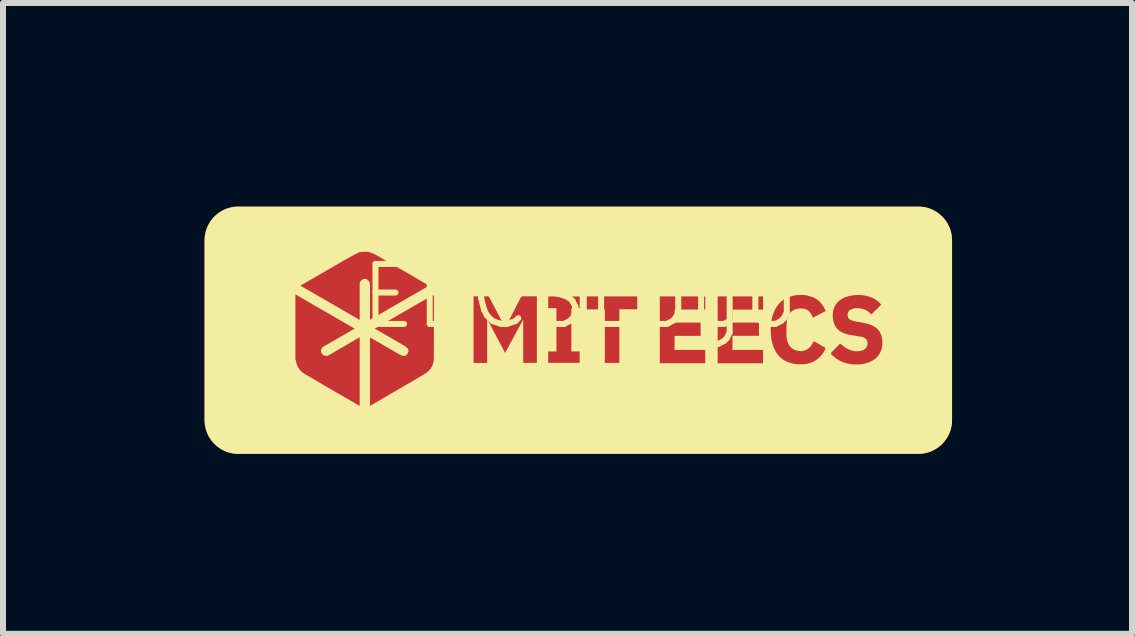
<source format=kicad_pcb>
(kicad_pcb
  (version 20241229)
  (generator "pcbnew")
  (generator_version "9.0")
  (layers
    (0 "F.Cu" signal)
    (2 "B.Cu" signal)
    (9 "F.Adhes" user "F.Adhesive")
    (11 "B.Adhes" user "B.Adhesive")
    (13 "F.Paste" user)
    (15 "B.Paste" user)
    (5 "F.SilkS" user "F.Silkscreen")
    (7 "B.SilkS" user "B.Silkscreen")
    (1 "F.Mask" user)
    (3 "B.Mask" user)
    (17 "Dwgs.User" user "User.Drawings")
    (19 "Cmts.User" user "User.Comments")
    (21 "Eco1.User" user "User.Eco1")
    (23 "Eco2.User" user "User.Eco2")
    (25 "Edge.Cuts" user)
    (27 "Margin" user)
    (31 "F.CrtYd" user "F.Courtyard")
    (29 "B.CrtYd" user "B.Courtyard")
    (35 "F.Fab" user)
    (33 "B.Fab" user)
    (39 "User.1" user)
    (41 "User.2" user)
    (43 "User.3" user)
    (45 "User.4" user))
  (footprint "EECSLogo"
    (layer "F.Cu")
    (at 0.25 0.25)
    (property "Reference" "EECSLogo" (at 6.365 1.643 0) (unlocked yes) (layer "F.SilkS") (effects (font (size 1 1) (thickness 0.1))))
    (fp_poly (pts (xy 12.039 0.145) (xy 12.068 0.147) (xy 12.096 0.15) (xy 12.123 0.155) (xy 12.151 0.162) (xy 12.177 0.169) (xy 12.204 0.178) (xy 12.229 0.188) (xy 12.254 0.199) (xy 12.278 0.212) (xy 12.302 0.225) (xy 12.325 0.24) (xy 12.347 0.256) (xy 12.368 0.273) (xy 12.389 0.29) (xy 12.408 0.309) (xy 12.427 0.328) (xy 12.444 0.349) (xy 12.461 0.37) (xy 12.477 0.392) (xy 12.491 0.415) (xy 12.505 0.439) (xy 12.517 0.463) (xy 12.529 0.488) (xy 12.539 0.513) (xy 12.548 0.54) (xy 12.555 0.566) (xy 12.562 0.593) (xy 12.567 0.621) (xy 12.57 0.649) (xy 12.572 0.678) (xy 12.573 0.707) (xy 12.573 3.704) (xy 12.572 3.733) (xy 12.57 3.762) (xy 12.567 3.79) (xy 12.562 3.818) (xy 12.555 3.845) (xy 12.548 3.872) (xy 12.539 3.898) (xy 12.529 3.923) (xy 12.517 3.948) (xy 12.505 3.973) (xy 12.491 3.996) (xy 12.477 4.019) (xy 12.461 4.041) (xy 12.444 4.062) (xy 12.427 4.083) (xy 12.408 4.102) (xy 12.389 4.121) (xy 12.368 4.139) (xy 12.347 4.155) (xy 12.325 4.171) (xy 12.302 4.186) (xy 12.278 4.199) (xy 12.254 4.212) (xy 12.229 4.223) (xy 12.204 4.233) (xy 12.177 4.242) (xy 12.151 4.249) (xy 12.123 4.256) (xy 12.096 4.261) (xy 12.068 4.264) (xy 12.039 4.266) (xy 12.01 4.267) (xy 0.673 4.267) (xy 0.644 4.266) (xy 0.616 4.264) (xy 0.587 4.261) (xy 0.56 4.256) (xy 0.532 4.249) (xy 0.506 4.242) (xy 0.48 4.233) (xy 0.454 4.223) (xy 0.429 4.212) (xy 0.405 4.199) (xy 0.381 4.186) (xy 0.358 4.171) (xy 0.336 4.155) (xy 0.315 4.139) (xy 0.295 4.121) (xy 0.275 4.102) (xy 0.256 4.083) (xy 0.239 4.062) (xy 0.222 4.041) (xy 0.206 4.019) (xy 0.192 3.996) (xy 0.178 3.973) (xy 0.166 3.948) (xy 0.154 3.923) (xy 0.144 3.898) (xy 0.135 3.872) (xy 0.128 3.845) (xy 0.122 3.818) (xy 0.117 3.79) (xy 0.113 3.762) (xy 0.111 3.733) (xy 0.11 3.704) (xy 0.11 0.707) (xy 0.111 0.678) (xy 0.113 0.649) (xy 0.117 0.621) (xy 0.122 0.593) (xy 0.128 0.566) (xy 0.135 0.54) (xy 0.144 0.513) (xy 0.154 0.488) (xy 0.166 0.463) (xy 0.178 0.439) (xy 0.192 0.415) (xy 0.206 0.392) (xy 0.222 0.37) (xy 0.239 0.349) (xy 0.256 0.328) (xy 0.275 0.309) (xy 0.295 0.29) (xy 0.315 0.273) (xy 0.336 0.256) (xy 0.358 0.24) (xy 0.381 0.225) (xy 0.405 0.212) (xy 0.429 0.199) (xy 0.454 0.188) (xy 0.48 0.178) (xy 0.506 0.169) (xy 0.532 0.162) (xy 0.56 0.155) (xy 0.587 0.15) (xy 0.616 0.147) (xy 0.644 0.145) (xy 0.673 0.144) (xy 12.01 0.144)) (stroke (width 0) (type solid)) (fill yes) (layer "F.Cu"))
    (fp_poly (pts (xy 12.039 0.145) (xy 12.068 0.147) (xy 12.096 0.15) (xy 12.123 0.155) (xy 12.151 0.162) (xy 12.177 0.169) (xy 12.204 0.178) (xy 12.229 0.188) (xy 12.254 0.199) (xy 12.278 0.212) (xy 12.302 0.225) (xy 12.325 0.24) (xy 12.347 0.256) (xy 12.368 0.273) (xy 12.389 0.29) (xy 12.408 0.309) (xy 12.427 0.328) (xy 12.444 0.349) (xy 12.461 0.37) (xy 12.477 0.392) (xy 12.491 0.415) (xy 12.505 0.439) (xy 12.517 0.463) (xy 12.529 0.488) (xy 12.539 0.513) (xy 12.548 0.54) (xy 12.555 0.566) (xy 12.562 0.594) (xy 12.567 0.621) (xy 12.57 0.649) (xy 12.572 0.678) (xy 12.573 0.707) (xy 12.573 3.704) (xy 12.572 3.733) (xy 12.57 3.762) (xy 12.567 3.79) (xy 12.562 3.818) (xy 12.555 3.845) (xy 12.548 3.872) (xy 12.539 3.898) (xy 12.529 3.923) (xy 12.517 3.948) (xy 12.505 3.973) (xy 12.491 3.996) (xy 12.477 4.019) (xy 12.461 4.041) (xy 12.444 4.062) (xy 12.427 4.083) (xy 12.408 4.102) (xy 12.389 4.121) (xy 12.368 4.139) (xy 12.347 4.155) (xy 12.325 4.171) (xy 12.302 4.186) (xy 12.278 4.199) (xy 12.254 4.212) (xy 12.229 4.223) (xy 12.204 4.233) (xy 12.177 4.242) (xy 12.151 4.249) (xy 12.123 4.256) (xy 12.096 4.261) (xy 12.068 4.264) (xy 12.039 4.266) (xy 12.01 4.267) (xy 0.673 4.267) (xy 0.644 4.266) (xy 0.616 4.264) (xy 0.587 4.261) (xy 0.56 4.256) (xy 0.532 4.249) (xy 0.506 4.242) (xy 0.48 4.233) (xy 0.454 4.223) (xy 0.429 4.212) (xy 0.405 4.199) (xy 0.381 4.186) (xy 0.358 4.171) (xy 0.336 4.155) (xy 0.315 4.139) (xy 0.295 4.121) (xy 0.275 4.102) (xy 0.256 4.083) (xy 0.239 4.062) (xy 0.222 4.041) (xy 0.206 4.019) (xy 0.192 3.996) (xy 0.178 3.973) (xy 0.166 3.948) (xy 0.154 3.923) (xy 0.144 3.898) (xy 0.135 3.872) (xy 0.128 3.845) (xy 0.122 3.818) (xy 0.117 3.79) (xy 0.113 3.762) (xy 0.111 3.733) (xy 0.11 3.704) (xy 0.11 2.751) (xy 4.595 2.751) (xy 4.822 2.751) (xy 4.822 2.019) (xy 5.121 2.584) (xy 5.417 2.039) (xy 5.418 2.039) (xy 5.419 2.038) (xy 5.419 2.038) (xy 5.42 2.038) (xy 5.421 2.038) (xy 5.422 2.038) (xy 5.423 2.038) (xy 5.423 2.75) (xy 5.651 2.75) (xy 5.651 1.643) (xy 5.84 1.643) (xy 5.84 1.837) (xy 5.977 1.837) (xy 5.977 2.56) (xy 5.84 2.56) (xy 5.84 2.75) (xy 6.364 2.75) (xy 6.364 2.559) (xy 6.226 2.559) (xy 6.226 1.836) (xy 6.365 1.836) (xy 6.365 1.643) (xy 5.84 1.643) (xy 5.651 1.643) (xy 5.651 1.643) (xy 6.483 1.643) (xy 6.483 1.858) (xy 6.784 1.858) (xy 6.784 2.751) (xy 7.026 2.751) (xy 7.026 1.857) (xy 7.324 1.857) (xy 7.324 1.643) (xy 6.483 1.643) (xy 5.651 1.643) (xy 5.651 1.64) (xy 5.541 1.641) (xy 5.487 1.641) (xy 5.46 1.64) (xy 5.433 1.64) (xy 5.427 1.64) (xy 5.425 1.64) (xy 5.422 1.64) (xy 5.419 1.64) (xy 5.417 1.64) (xy 5.415 1.641) (xy 5.412 1.641) (xy 5.41 1.642) (xy 5.408 1.642) (xy 5.406 1.643) (xy 5.404 1.644) (xy 5.402 1.645) (xy 5.4 1.646) (xy 5.398 1.647) (xy 5.397 1.648) (xy 5.395 1.649) (xy 5.393 1.65) (xy 5.392 1.651) (xy 5.39 1.653) (xy 5.388 1.654) (xy 5.387 1.656) (xy 5.386 1.658) (xy 5.384 1.66) (xy 5.381 1.663) (xy 5.379 1.668) (xy 5.376 1.672) (xy 5.373 1.677) (xy 5.25 1.918) (xy 5.124 2.162) (xy 5.122 2.158) (xy 5.12 2.154) (xy 5.116 2.147) (xy 5.112 2.141) (xy 5.11 2.138) (xy 5.109 2.135) (xy 4.861 1.663) (xy 4.861 1.662) (xy 4.859 1.66) (xy 4.858 1.658) (xy 4.857 1.656) (xy 4.856 1.654) (xy 4.854 1.653) (xy 4.853 1.651) (xy 4.851 1.649) (xy 4.85 1.648) (xy 4.848 1.646) (xy 4.847 1.645) (xy 4.846 1.644) (xy 4.845 1.644) (xy 4.844 1.643) (xy 4.843 1.643) (xy 4.843 1.642) (xy 4.842 1.642) (xy 4.841 1.642) (xy 4.84 1.642) (xy 4.84 1.642) (xy 4.839 1.641) (xy 4.778 1.641) (xy 4.717 1.64) (xy 4.595 1.64) (xy 4.595 2.751) (xy 0.11 2.751) (xy 0.11 0.707) (xy 0.111 0.678) (xy 0.113 0.649) (xy 0.117 0.621) (xy 0.122 0.594) (xy 0.128 0.566) (xy 0.135 0.54) (xy 0.144 0.513) (xy 0.154 0.488) (xy 0.166 0.463) (xy 0.178 0.439) (xy 0.192 0.415) (xy 0.206 0.392) (xy 0.222 0.37) (xy 0.239 0.349) (xy 0.256 0.328) (xy 0.275 0.309) (xy 0.295 0.29) (xy 0.315 0.273) (xy 0.336 0.256) (xy 0.358 0.24) (xy 0.381 0.225) (xy 0.405 0.212) (xy 0.429 0.199) (xy 0.454 0.188) (xy 0.48 0.178) (xy 0.506 0.169) (xy 0.532 0.162) (xy 0.56 0.155) (xy 0.587 0.15) (xy 0.616 0.147) (xy 0.644 0.145) (xy 0.673 0.144) (xy 12.01 0.144)) (stroke (width 0) (type solid)) (fill yes) (layer "F.Mask"))
    (fp_poly (pts (xy 12.039 0.145) (xy 12.068 0.147) (xy 12.096 0.15) (xy 12.123 0.155) (xy 12.151 0.162) (xy 12.177 0.169) (xy 12.204 0.178) (xy 12.229 0.188) (xy 12.254 0.199) (xy 12.278 0.212) (xy 12.302 0.225) (xy 12.325 0.24) (xy 12.347 0.256) (xy 12.368 0.273) (xy 12.389 0.29) (xy 12.408 0.309) (xy 12.427 0.328) (xy 12.444 0.349) (xy 12.461 0.37) (xy 12.477 0.392) (xy 12.491 0.415) (xy 12.505 0.439) (xy 12.517 0.463) (xy 12.529 0.488) (xy 12.539 0.513) (xy 12.548 0.54) (xy 12.555 0.566) (xy 12.562 0.594) (xy 12.567 0.621) (xy 12.57 0.649) (xy 12.572 0.678) (xy 12.573 0.707) (xy 12.573 3.704) (xy 12.572 3.733) (xy 12.57 3.762) (xy 12.567 3.79) (xy 12.562 3.818) (xy 12.555 3.845) (xy 12.548 3.872) (xy 12.539 3.898) (xy 12.529 3.923) (xy 12.517 3.948) (xy 12.505 3.973) (xy 12.491 3.996) (xy 12.477 4.019) (xy 12.461 4.041) (xy 12.444 4.062) (xy 12.427 4.083) (xy 12.408 4.102) (xy 12.389 4.121) (xy 12.368 4.139) (xy 12.347 4.155) (xy 12.325 4.171) (xy 12.302 4.186) (xy 12.278 4.199) (xy 12.254 4.212) (xy 12.229 4.223) (xy 12.204 4.233) (xy 12.177 4.242) (xy 12.151 4.249) (xy 12.123 4.256) (xy 12.096 4.261) (xy 12.068 4.264) (xy 12.039 4.266) (xy 12.01 4.267) (xy 0.673 4.267) (xy 0.644 4.266) (xy 0.616 4.264) (xy 0.587 4.261) (xy 0.56 4.256) (xy 0.532 4.249) (xy 0.506 4.242) (xy 0.48 4.233) (xy 0.454 4.223) (xy 0.429 4.212) (xy 0.405 4.199) (xy 0.381 4.186) (xy 0.358 4.171) (xy 0.336 4.155) (xy 0.315 4.139) (xy 0.295 4.121) (xy 0.275 4.102) (xy 0.256 4.083) (xy 0.239 4.062) (xy 0.222 4.041) (xy 0.206 4.019) (xy 0.192 3.996) (xy 0.178 3.973) (xy 0.166 3.948) (xy 0.154 3.923) (xy 0.144 3.898) (xy 0.135 3.872) (xy 0.128 3.845) (xy 0.122 3.818) (xy 0.117 3.79) (xy 0.113 3.762) (xy 0.111 3.733) (xy 0.11 3.704) (xy 0.11 1.608) (xy 1.625 1.608) (xy 1.625 2.682) (xy 1.629 2.701) (xy 1.634 2.721) (xy 1.636 2.731) (xy 1.639 2.741) (xy 1.641 2.751) (xy 1.644 2.761) (xy 1.649 2.776) (xy 1.655 2.79) (xy 1.661 2.804) (xy 1.667 2.818) (xy 1.675 2.831) (xy 1.683 2.843) (xy 1.691 2.855) (xy 1.7 2.866) (xy 1.71 2.877) (xy 1.72 2.888) (xy 1.731 2.898) (xy 1.742 2.908) (xy 1.754 2.917) (xy 1.766 2.926) (xy 1.779 2.934) (xy 1.792 2.942) (xy 2.302 3.24) (xy 2.479 3.342) (xy 2.657 3.444) (xy 2.659 3.445) (xy 2.661 3.446) (xy 2.663 3.447) (xy 2.664 3.448) (xy 2.668 3.45) (xy 2.671 3.453) (xy 2.678 3.458) (xy 2.681 3.46) (xy 2.684 3.463) (xy 2.697 3.463) (xy 2.697 3.463) (xy 2.868 3.463) (xy 2.875 3.463) (xy 3.11 3.326) (xy 3.462 3.121) (xy 3.628 3.025) (xy 3.711 2.976) (xy 3.753 2.951) (xy 3.793 2.926) (xy 3.81 2.914) (xy 3.826 2.902) (xy 3.841 2.889) (xy 3.855 2.875) (xy 3.868 2.86) (xy 3.879 2.845) (xy 3.89 2.829) (xy 3.899 2.813) (xy 3.907 2.796) (xy 3.914 2.778) (xy 3.92 2.76) (xy 3.923 2.751) (xy 4.595 2.751) (xy 4.822 2.751) (xy 4.822 2.018) (xy 5.121 2.584) (xy 5.417 2.038) (xy 5.418 2.038) (xy 5.419 2.038) (xy 5.419 2.038) (xy 5.42 2.038) (xy 5.421 2.038) (xy 5.422 2.038) (xy 5.423 2.038) (xy 5.423 2.75) (xy 5.651 2.75) (xy 5.651 1.643) (xy 5.84 1.643) (xy 5.84 1.837) (xy 5.977 1.837) (xy 5.977 2.56) (xy 5.84 2.56) (xy 5.84 2.75) (xy 6.364 2.75) (xy 6.364 2.559) (xy 6.226 2.559) (xy 6.226 1.836) (xy 6.365 1.836) (xy 6.365 1.643) (xy 5.84 1.643) (xy 5.651 1.643) (xy 5.651 1.642) (xy 6.483 1.642) (xy 6.483 1.858) (xy 6.784 1.858) (xy 6.784 2.751) (xy 7.026 2.751) (xy 7.026 1.856) (xy 7.324 1.856) (xy 7.324 1.642) (xy 6.483 1.642) (xy 5.651 1.642) (xy 5.651 1.642) (xy 7.7 1.642) (xy 7.7 2.755) (xy 8.458 2.755) (xy 8.458 2.534) (xy 7.947 2.534) (xy 7.947 2.3) (xy 8.381 2.3) (xy 8.381 2.078) (xy 7.947 2.078) (xy 7.947 1.861) (xy 8.458 1.861) (xy 8.458 1.642) (xy 8.665 1.642) (xy 8.665 2.756) (xy 9.422 2.756) (xy 9.422 2.534) (xy 8.912 2.534) (xy 8.912 2.299) (xy 9.353 2.299) (xy 9.353 2.225) (xy 9.55 2.225) (xy 9.551 2.247) (xy 9.552 2.268) (xy 9.554 2.29) (xy 9.556 2.311) (xy 9.558 2.333) (xy 9.562 2.354) (xy 9.566 2.376) (xy 9.57 2.397) (xy 9.575 2.418) (xy 9.581 2.439) (xy 9.588 2.46) (xy 9.595 2.481) (xy 9.603 2.5) (xy 9.611 2.518) (xy 9.619 2.536) (xy 9.628 2.553) (xy 9.638 2.57) (xy 9.649 2.587) (xy 9.66 2.602) (xy 9.671 2.618) (xy 9.684 2.632) (xy 9.697 2.646) (xy 9.711 2.66) (xy 9.726 2.672) (xy 9.741 2.684) (xy 9.757 2.696) (xy 9.775 2.706) (xy 9.792 2.716) (xy 9.811 2.725) (xy 9.83 2.734) (xy 9.849 2.741) (xy 9.868 2.748) (xy 9.887 2.754) (xy 9.906 2.759) (xy 9.925 2.763) (xy 9.945 2.767) (xy 9.965 2.77) (xy 9.984 2.772) (xy 10.004 2.773) (xy 10.025 2.774) (xy 10.045 2.774) (xy 10.065 2.774) (xy 10.086 2.773) (xy 10.107 2.771) (xy 10.137 2.767) (xy 10.152 2.765) (xy 10.166 2.762) (xy 10.18 2.759) (xy 10.194 2.755) (xy 10.208 2.751) (xy 10.221 2.746) (xy 10.234 2.741) (xy 10.247 2.736) (xy 10.259 2.73) (xy 10.271 2.724) (xy 10.283 2.717) (xy 10.294 2.71) (xy 10.317 2.695) (xy 10.338 2.679) (xy 10.358 2.661) (xy 10.377 2.642) (xy 10.396 2.621) (xy 10.413 2.599) (xy 10.416 2.594) (xy 10.556 2.594) (xy 10.556 2.596) (xy 10.556 2.598) (xy 10.556 2.599) (xy 10.557 2.601) (xy 10.557 2.603) (xy 10.558 2.605) (xy 10.559 2.606) (xy 10.56 2.608) (xy 10.561 2.61) (xy 10.562 2.611) (xy 10.564 2.613) (xy 10.565 2.615) (xy 10.567 2.616) (xy 10.568 2.618) (xy 10.57 2.619) (xy 10.572 2.621) (xy 10.575 2.623) (xy 10.576 2.624) (xy 10.577 2.624) (xy 10.578 2.625) (xy 10.579 2.626) (xy 10.584 2.629) (xy 10.586 2.63) (xy 10.587 2.631) (xy 10.588 2.632) (xy 10.589 2.633) (xy 10.59 2.633) (xy 10.591 2.634) (xy 10.592 2.635) (xy 10.612 2.653) (xy 10.631 2.669) (xy 10.652 2.684) (xy 10.673 2.698) (xy 10.694 2.71) (xy 10.716 2.721) (xy 10.738 2.731) (xy 10.761 2.74) (xy 10.784 2.748) (xy 10.807 2.755) (xy 10.831 2.76) (xy 10.855 2.765) (xy 10.88 2.769) (xy 10.905 2.772) (xy 10.93 2.775) (xy 10.955 2.776) (xy 10.97 2.777) (xy 10.985 2.777) (xy 11 2.777) (xy 11.015 2.776) (xy 11.03 2.775) (xy 11.045 2.774) (xy 11.06 2.772) (xy 11.075 2.77) (xy 11.089 2.768) (xy 11.104 2.765) (xy 11.119 2.761) (xy 11.133 2.758) (xy 11.148 2.754) (xy 11.162 2.749) (xy 11.177 2.744) (xy 11.191 2.739) (xy 11.205 2.733) (xy 11.22 2.726) (xy 11.234 2.719) (xy 11.247 2.712) (xy 11.26 2.704) (xy 11.273 2.695) (xy 11.285 2.687) (xy 11.296 2.677) (xy 11.308 2.667) (xy 11.318 2.657) (xy 11.329 2.645) (xy 11.338 2.634) (xy 11.348 2.621) (xy 11.357 2.608) (xy 11.365 2.595) (xy 11.373 2.581) (xy 11.373 2.581) (xy 11.378 2.569) (xy 11.384 2.557) (xy 11.388 2.545) (xy 11.393 2.533) (xy 11.397 2.521) (xy 11.4 2.509) (xy 11.403 2.497) (xy 11.405 2.484) (xy 11.407 2.472) (xy 11.409 2.46) (xy 11.41 2.447) (xy 11.411 2.435) (xy 11.411 2.422) (xy 11.411 2.409) (xy 11.411 2.396) (xy 11.41 2.384) (xy 11.409 2.363) (xy 11.406 2.343) (xy 11.403 2.324) (xy 11.398 2.306) (xy 11.393 2.288) (xy 11.389 2.279) (xy 11.386 2.27) (xy 11.382 2.262) (xy 11.378 2.254) (xy 11.374 2.246) (xy 11.37 2.238) (xy 11.365 2.23) (xy 11.36 2.222) (xy 11.354 2.215) (xy 11.349 2.208) (xy 11.343 2.201) (xy 11.336 2.194) (xy 11.33 2.187) (xy 11.323 2.18) (xy 11.316 2.174) (xy 11.308 2.168) (xy 11.301 2.162) (xy 11.293 2.156) (xy 11.284 2.15) (xy 11.275 2.145) (xy 11.266 2.14) (xy 11.257 2.135) (xy 11.242 2.127) (xy 11.226 2.12) (xy 11.21 2.114) (xy 11.194 2.108) (xy 11.178 2.103) (xy 11.162 2.098) (xy 11.146 2.094) (xy 11.13 2.09) (xy 11.097 2.083) (xy 11.064 2.077) (xy 10.997 2.065) (xy 10.967 2.059) (xy 10.952 2.056) (xy 10.937 2.053) (xy 10.922 2.049) (xy 10.914 2.047) (xy 10.907 2.044) (xy 10.9 2.042) (xy 10.893 2.039) (xy 10.886 2.036) (xy 10.879 2.033) (xy 10.873 2.03) (xy 10.868 2.026) (xy 10.863 2.023) (xy 10.858 2.019) (xy 10.854 2.014) (xy 10.85 2.01) (xy 10.847 2.005) (xy 10.844 2) (xy 10.841 1.994) (xy 10.838 1.989) (xy 10.836 1.983) (xy 10.835 1.977) (xy 10.833 1.972) (xy 10.832 1.966) (xy 10.831 1.959) (xy 10.831 1.953) (xy 10.831 1.947) (xy 10.831 1.941) (xy 10.832 1.935) (xy 10.833 1.929) (xy 10.835 1.923) (xy 10.836 1.917) (xy 10.838 1.911) (xy 10.841 1.906) (xy 10.844 1.9) (xy 10.847 1.895) (xy 10.85 1.89) (xy 10.854 1.885) (xy 10.858 1.88) (xy 10.863 1.876) (xy 10.868 1.872) (xy 10.873 1.868) (xy 10.885 1.862) (xy 10.896 1.856) (xy 10.908 1.851) (xy 10.92 1.847) (xy 10.932 1.843) (xy 10.944 1.841) (xy 10.956 1.839) (xy 10.968 1.838) (xy 10.981 1.837) (xy 10.993 1.837) (xy 11.006 1.838) (xy 11.018 1.839) (xy 11.031 1.84) (xy 11.043 1.842) (xy 11.056 1.845) (xy 11.068 1.847) (xy 11.08 1.85) (xy 11.092 1.853) (xy 11.103 1.857) (xy 11.114 1.861) (xy 11.125 1.866) (xy 11.135 1.871) (xy 11.146 1.877) (xy 11.156 1.883) (xy 11.165 1.889) (xy 11.175 1.896) (xy 11.184 1.903) (xy 11.193 1.91) (xy 11.202 1.918) (xy 11.211 1.926) (xy 11.219 1.934) (xy 11.227 1.943) (xy 11.391 1.78) (xy 11.387 1.774) (xy 11.382 1.767) (xy 11.375 1.76) (xy 11.368 1.752) (xy 11.359 1.743) (xy 11.35 1.735) (xy 11.339 1.726) (xy 11.329 1.718) (xy 11.318 1.71) (xy 11.307 1.702) (xy 11.296 1.694) (xy 11.285 1.687) (xy 11.274 1.68) (xy 11.264 1.675) (xy 11.255 1.67) (xy 11.246 1.666) (xy 11.221 1.656) (xy 11.196 1.647) (xy 11.17 1.64) (xy 11.145 1.634) (xy 11.119 1.628) (xy 11.094 1.624) (xy 11.068 1.621) (xy 11.042 1.619) (xy 11.017 1.618) (xy 10.991 1.618) (xy 10.965 1.619) (xy 10.939 1.621) (xy 10.913 1.625) (xy 10.888 1.629) (xy 10.862 1.635) (xy 10.836 1.641) (xy 10.817 1.647) (xy 10.799 1.653) (xy 10.781 1.66) (xy 10.764 1.668) (xy 10.748 1.676) (xy 10.733 1.684) (xy 10.719 1.694) (xy 10.705 1.703) (xy 10.692 1.714) (xy 10.68 1.725) (xy 10.668 1.736) (xy 10.657 1.748) (xy 10.647 1.76) (xy 10.638 1.773) (xy 10.629 1.786) (xy 10.621 1.799) (xy 10.614 1.813) (xy 10.608 1.828) (xy 10.602 1.842) (xy 10.597 1.857) (xy 10.593 1.873) (xy 10.59 1.889) (xy 10.587 1.905) (xy 10.585 1.921) (xy 10.584 1.937) (xy 10.583 1.954) (xy 10.584 1.971) (xy 10.585 1.988) (xy 10.589 2.024) (xy 10.596 2.059) (xy 10.599 2.072) (xy 10.602 2.083) (xy 10.606 2.095) (xy 10.611 2.106) (xy 10.615 2.117) (xy 10.621 2.127) (xy 10.626 2.137) (xy 10.632 2.146) (xy 10.638 2.156) (xy 10.644 2.164) (xy 10.651 2.173) (xy 10.658 2.181) (xy 10.673 2.196) (xy 10.69 2.21) (xy 10.707 2.223) (xy 10.725 2.234) (xy 10.745 2.244) (xy 10.765 2.254) (xy 10.786 2.262) (xy 10.808 2.269) (xy 10.831 2.275) (xy 10.854 2.281) (xy 11.062 2.315) (xy 11.068 2.316) (xy 11.073 2.317) (xy 11.079 2.319) (xy 11.084 2.321) (xy 11.09 2.323) (xy 11.096 2.325) (xy 11.101 2.327) (xy 11.107 2.33) (xy 11.112 2.333) (xy 11.117 2.336) (xy 11.122 2.339) (xy 11.126 2.342) (xy 11.131 2.346) (xy 11.135 2.35) (xy 11.139 2.353) (xy 11.142 2.357) (xy 11.146 2.363) (xy 11.15 2.369) (xy 11.153 2.376) (xy 11.156 2.382) (xy 11.158 2.389) (xy 11.16 2.395) (xy 11.162 2.402) (xy 11.163 2.409) (xy 11.164 2.416) (xy 11.164 2.423) (xy 11.164 2.43) (xy 11.163 2.436) (xy 11.162 2.443) (xy 11.161 2.45) (xy 11.159 2.457) (xy 11.157 2.463) (xy 11.155 2.47) (xy 11.152 2.476) (xy 11.149 2.483) (xy 11.145 2.489) (xy 11.142 2.495) (xy 11.137 2.5) (xy 11.133 2.506) (xy 11.128 2.511) (xy 11.123 2.516) (xy 11.118 2.52) (xy 11.112 2.525) (xy 11.106 2.529) (xy 11.1 2.532) (xy 11.094 2.536) (xy 11.087 2.539) (xy 11.08 2.541) (xy 11.063 2.546) (xy 11.045 2.55) (xy 11.028 2.553) (xy 11.011 2.555) (xy 10.994 2.556) (xy 10.978 2.556) (xy 10.961 2.555) (xy 10.944 2.554) (xy 10.928 2.551) (xy 10.912 2.547) (xy 10.895 2.543) (xy 10.879 2.538) (xy 10.863 2.531) (xy 10.847 2.524) (xy 10.832 2.517) (xy 10.816 2.508) (xy 10.809 2.504) (xy 10.802 2.5) (xy 10.795 2.495) (xy 10.788 2.49) (xy 10.775 2.481) (xy 10.761 2.47) (xy 10.735 2.449) (xy 10.721 2.438) (xy 10.707 2.428) (xy 10.57 2.567) (xy 10.568 2.569) (xy 10.566 2.571) (xy 10.565 2.573) (xy 10.563 2.574) (xy 10.562 2.576) (xy 10.561 2.578) (xy 10.56 2.58) (xy 10.559 2.582) (xy 10.558 2.584) (xy 10.557 2.586) (xy 10.557 2.587) (xy 10.556 2.589) (xy 10.556 2.591) (xy 10.556 2.593) (xy 10.556 2.594) (xy 10.416 2.594) (xy 10.429 2.575) (xy 10.444 2.551) (xy 10.459 2.525) (xy 10.459 2.524) (xy 10.46 2.523) (xy 10.46 2.522) (xy 10.46 2.522) (xy 10.46 2.521) (xy 10.46 2.52) (xy 10.46 2.518) (xy 10.46 2.516) (xy 10.46 2.513) (xy 10.46 2.511) (xy 10.46 2.509) (xy 10.459 2.507) (xy 10.458 2.505) (xy 10.458 2.503) (xy 10.457 2.501) (xy 10.456 2.499) (xy 10.456 2.499) (xy 10.455 2.498) (xy 10.455 2.497) (xy 10.454 2.497) (xy 10.453 2.496) (xy 10.453 2.496) (xy 10.408 2.468) (xy 10.362 2.442) (xy 10.27 2.388) (xy 10.262 2.4) (xy 10.255 2.413) (xy 10.24 2.438) (xy 10.233 2.45) (xy 10.229 2.456) (xy 10.225 2.462) (xy 10.221 2.467) (xy 10.217 2.473) (xy 10.212 2.478) (xy 10.208 2.483) (xy 10.198 2.493) (xy 10.187 2.503) (xy 10.176 2.512) (xy 10.165 2.519) (xy 10.154 2.526) (xy 10.142 2.533) (xy 10.13 2.538) (xy 10.118 2.543) (xy 10.105 2.546) (xy 10.092 2.549) (xy 10.079 2.552) (xy 10.065 2.553) (xy 10.051 2.553) (xy 10.037 2.553) (xy 10.022 2.552) (xy 10.007 2.55) (xy 9.996 2.547) (xy 9.985 2.545) (xy 9.974 2.542) (xy 9.964 2.539) (xy 9.954 2.535) (xy 9.944 2.531) (xy 9.935 2.526) (xy 9.925 2.521) (xy 9.917 2.516) (xy 9.908 2.51) (xy 9.9 2.504) (xy 9.892 2.497) (xy 9.884 2.489) (xy 9.876 2.481) (xy 9.869 2.472) (xy 9.862 2.463) (xy 9.855 2.453) (xy 9.849 2.443) (xy 9.844 2.432) (xy 9.838 2.421) (xy 9.834 2.41) (xy 9.83 2.399) (xy 9.826 2.388) (xy 9.823 2.377) (xy 9.821 2.365) (xy 9.818 2.354) (xy 9.817 2.342) (xy 9.815 2.331) (xy 9.814 2.319) (xy 9.813 2.307) (xy 9.812 2.284) (xy 9.812 2.284) (xy 9.812 2.255) (xy 9.812 2.226) (xy 9.812 2.197) (xy 9.812 2.168) (xy 9.813 2.139) (xy 9.815 2.111) (xy 9.816 2.082) (xy 9.818 2.053) (xy 9.82 2.042) (xy 9.821 2.031) (xy 9.823 2.02) (xy 9.826 2.009) (xy 9.828 1.998) (xy 9.832 1.988) (xy 9.836 1.978) (xy 9.84 1.968) (xy 9.845 1.958) (xy 9.85 1.948) (xy 9.856 1.939) (xy 9.863 1.93) (xy 9.87 1.921) (xy 9.877 1.912) (xy 9.885 1.904) (xy 9.894 1.895) (xy 9.904 1.887) (xy 9.914 1.88) (xy 9.924 1.873) (xy 9.934 1.868) (xy 9.944 1.863) (xy 9.955 1.858) (xy 9.965 1.854) (xy 9.976 1.851) (xy 9.987 1.848) (xy 9.998 1.846) (xy 10.01 1.845) (xy 10.021 1.844) (xy 10.033 1.843) (xy 10.045 1.843) (xy 10.056 1.843) (xy 10.068 1.843) (xy 10.08 1.844) (xy 10.091 1.845) (xy 10.102 1.847) (xy 10.113 1.849) (xy 10.123 1.852) (xy 10.133 1.855) (xy 10.143 1.859) (xy 10.152 1.864) (xy 10.161 1.869) (xy 10.17 1.875) (xy 10.179 1.881) (xy 10.187 1.888) (xy 10.194 1.896) (xy 10.202 1.904) (xy 10.209 1.913) (xy 10.215 1.922) (xy 10.218 1.927) (xy 10.221 1.931) (xy 10.226 1.94) (xy 10.231 1.949) (xy 10.236 1.958) (xy 10.245 1.977) (xy 10.25 1.986) (xy 10.254 1.996) (xy 10.467 1.885) (xy 10.461 1.873) (xy 10.455 1.861) (xy 10.453 1.856) (xy 10.45 1.85) (xy 10.447 1.845) (xy 10.445 1.84) (xy 10.437 1.825) (xy 10.428 1.811) (xy 10.42 1.797) (xy 10.411 1.784) (xy 10.401 1.771) (xy 10.391 1.759) (xy 10.381 1.747) (xy 10.37 1.735) (xy 10.359 1.724) (xy 10.347 1.713) (xy 10.335 1.703) (xy 10.322 1.694) (xy 10.309 1.685) (xy 10.295 1.677) (xy 10.281 1.669) (xy 10.266 1.662) (xy 10.24 1.652) (xy 10.214 1.643) (xy 10.189 1.635) (xy 10.163 1.628) (xy 10.137 1.623) (xy 10.111 1.62) (xy 10.084 1.618) (xy 10.058 1.617) (xy 10.032 1.617) (xy 10.006 1.618) (xy 9.98 1.621) (xy 9.953 1.625) (xy 9.927 1.631) (xy 9.901 1.637) (xy 9.875 1.645) (xy 9.849 1.654) (xy 9.83 1.662) (xy 9.811 1.67) (xy 9.793 1.679) (xy 9.776 1.69) (xy 9.759 1.701) (xy 9.743 1.712) (xy 9.728 1.725) (xy 9.713 1.738) (xy 9.699 1.752) (xy 9.686 1.767) (xy 9.673 1.782) (xy 9.661 1.798) (xy 9.65 1.815) (xy 9.639 1.832) (xy 9.628 1.85) (xy 9.619 1.868) (xy 9.611 1.884) (xy 9.604 1.9) (xy 9.597 1.916) (xy 9.591 1.933) (xy 9.585 1.949) (xy 9.58 1.966) (xy 9.575 1.983) (xy 9.571 2) (xy 9.568 2.017) (xy 9.564 2.034) (xy 9.561 2.051) (xy 9.559 2.068) (xy 9.555 2.103) (xy 9.552 2.138) (xy 9.55 2.182) (xy 9.55 2.225) (xy 9.353 2.225) (xy 9.353 2.078) (xy 8.912 2.078) (xy 8.912 1.862) (xy 9.423 1.862) (xy 9.423 1.642) (xy 8.665 1.642) (xy 8.458 1.642) (xy 8.458 1.642) (xy 7.7 1.642) (xy 5.651 1.642) (xy 5.651 1.64) (xy 5.541 1.641) (xy 5.487 1.641) (xy 5.46 1.64) (xy 5.433 1.639) (xy 5.427 1.639) (xy 5.425 1.639) (xy 5.422 1.639) (xy 5.419 1.64) (xy 5.417 1.64) (xy 5.415 1.64) (xy 5.412 1.641) (xy 5.41 1.641) (xy 5.408 1.642) (xy 5.406 1.643) (xy 5.404 1.643) (xy 5.402 1.644) (xy 5.4 1.645) (xy 5.398 1.646) (xy 5.397 1.647) (xy 5.395 1.649) (xy 5.393 1.65) (xy 5.392 1.651) (xy 5.39 1.653) (xy 5.388 1.654) (xy 5.387 1.656) (xy 5.386 1.657) (xy 5.384 1.659) (xy 5.381 1.663) (xy 5.379 1.667) (xy 5.376 1.672) (xy 5.373 1.677) (xy 5.25 1.918) (xy 5.124 2.161) (xy 5.122 2.158) (xy 5.12 2.154) (xy 5.116 2.147) (xy 5.112 2.141) (xy 5.11 2.138) (xy 5.109 2.135) (xy 4.861 1.663) (xy 4.861 1.661) (xy 4.859 1.66) (xy 4.858 1.658) (xy 4.857 1.656) (xy 4.856 1.654) (xy 4.854 1.652) (xy 4.853 1.651) (xy 4.851 1.649) (xy 4.85 1.647) (xy 4.848 1.646) (xy 4.847 1.644) (xy 4.846 1.644) (xy 4.845 1.643) (xy 4.844 1.643) (xy 4.843 1.642) (xy 4.843 1.642) (xy 4.842 1.642) (xy 4.841 1.642) (xy 4.84 1.641) (xy 4.84 1.641) (xy 4.839 1.641) (xy 4.778 1.64) (xy 4.717 1.64) (xy 4.595 1.64) (xy 4.595 2.751) (xy 3.923 2.751) (xy 3.925 2.742) (xy 3.929 2.722) (xy 3.932 2.703) (xy 3.933 2.682) (xy 3.934 2.662) (xy 3.934 2.662) (xy 3.935 1.646) (xy 3.935 1.609) (xy 2.949 2.179) (xy 3 2.208) (xy 3.024 2.222) (xy 3.047 2.235) (xy 3.202 2.325) (xy 3.356 2.415) (xy 3.388 2.434) (xy 3.404 2.443) (xy 3.421 2.453) (xy 3.436 2.463) (xy 3.452 2.473) (xy 3.467 2.483) (xy 3.475 2.489) (xy 3.482 2.494) (xy 3.485 2.497) (xy 3.488 2.499) (xy 3.491 2.502) (xy 3.493 2.504) (xy 3.496 2.507) (xy 3.498 2.51) (xy 3.5 2.513) (xy 3.502 2.515) (xy 3.503 2.518) (xy 3.505 2.521) (xy 3.506 2.524) (xy 3.507 2.527) (xy 3.508 2.53) (xy 3.509 2.533) (xy 3.509 2.536) (xy 3.51 2.539) (xy 3.51 2.543) (xy 3.51 2.546) (xy 3.51 2.549) (xy 3.51 2.552) (xy 3.51 2.555) (xy 3.509 2.559) (xy 3.508 2.565) (xy 3.506 2.572) (xy 3.504 2.579) (xy 3.501 2.585) (xy 3.497 2.592) (xy 3.493 2.598) (xy 3.489 2.604) (xy 3.484 2.61) (xy 3.479 2.614) (xy 3.474 2.619) (xy 3.469 2.623) (xy 3.466 2.625) (xy 3.463 2.626) (xy 3.461 2.628) (xy 3.458 2.629) (xy 3.455 2.631) (xy 3.452 2.632) (xy 3.449 2.633) (xy 3.445 2.633) (xy 3.442 2.634) (xy 3.439 2.635) (xy 3.436 2.635) (xy 3.433 2.635) (xy 3.429 2.635) (xy 3.426 2.635) (xy 3.423 2.634) (xy 3.419 2.634) (xy 3.416 2.633) (xy 3.413 2.632) (xy 3.409 2.631) (xy 3.406 2.63) (xy 3.398 2.627) (xy 3.39 2.623) (xy 3.375 2.616) (xy 3.36 2.609) (xy 3.345 2.601) (xy 3.33 2.592) (xy 3.315 2.584) (xy 3.286 2.567) (xy 3.004 2.403) (xy 2.971 2.384) (xy 2.937 2.365) (xy 2.868 2.327) (xy 2.868 3.463) (xy 2.697 3.463) (xy 2.697 3.463) (xy 2.697 2.323) (xy 2.439 2.472) (xy 2.312 2.546) (xy 2.186 2.62) (xy 2.181 2.622) (xy 2.177 2.625) (xy 2.173 2.627) (xy 2.168 2.628) (xy 2.164 2.63) (xy 2.159 2.631) (xy 2.155 2.632) (xy 2.15 2.633) (xy 2.146 2.633) (xy 2.141 2.633) (xy 2.137 2.634) (xy 2.133 2.633) (xy 2.128 2.633) (xy 2.124 2.632) (xy 2.12 2.632) (xy 2.116 2.631) (xy 2.112 2.63) (xy 2.108 2.628) (xy 2.104 2.627) (xy 2.1 2.625) (xy 2.096 2.623) (xy 2.093 2.621) (xy 2.089 2.619) (xy 2.086 2.616) (xy 2.083 2.613) (xy 2.079 2.611) (xy 2.076 2.608) (xy 2.074 2.605) (xy 2.071 2.601) (xy 2.068 2.598) (xy 2.066 2.594) (xy 2.063 2.591) (xy 2.061 2.587) (xy 2.06 2.583) (xy 2.058 2.579) (xy 2.057 2.575) (xy 2.055 2.572) (xy 2.054 2.568) (xy 2.054 2.564) (xy 2.053 2.56) (xy 2.053 2.556) (xy 2.052 2.552) (xy 2.052 2.548) (xy 2.052 2.544) (xy 2.053 2.54) (xy 2.053 2.536) (xy 2.054 2.533) (xy 2.055 2.529) (xy 2.056 2.525) (xy 2.057 2.521) (xy 2.059 2.518) (xy 2.061 2.514) (xy 2.062 2.511) (xy 2.064 2.507) (xy 2.067 2.504) (xy 2.069 2.501) (xy 2.072 2.497) (xy 2.074 2.494) (xy 2.077 2.491) (xy 2.081 2.488) (xy 2.084 2.486) (xy 2.087 2.483) (xy 2.091 2.481) (xy 2.095 2.478) (xy 2.466 2.264) (xy 2.614 2.178) (xy 2.6 2.171) (xy 2.587 2.164) (xy 2.575 2.157) (xy 2.569 2.154) (xy 2.564 2.151) (xy 2.252 1.97) (xy 1.948 1.795) (xy 1.625 1.608) (xy 0.11 1.608) (xy 0.11 1.462) (xy 1.708 1.462) (xy 2.697 2.034) (xy 2.697 1.992) (xy 2.697 1.44) (xy 2.697 1.436) (xy 2.697 1.433) (xy 2.697 1.43) (xy 2.698 1.426) (xy 2.698 1.423) (xy 2.699 1.42) (xy 2.699 1.417) (xy 2.7 1.414) (xy 2.701 1.411) (xy 2.702 1.408) (xy 2.703 1.405) (xy 2.704 1.402) (xy 2.705 1.4) (xy 2.707 1.397) (xy 2.708 1.395) (xy 2.71 1.392) (xy 2.711 1.39) (xy 2.713 1.387) (xy 2.715 1.385) (xy 2.717 1.383) (xy 2.718 1.381) (xy 2.721 1.378) (xy 2.725 1.374) (xy 2.73 1.37) (xy 2.735 1.366) (xy 2.74 1.363) (xy 2.746 1.359) (xy 2.749 1.358) (xy 2.752 1.356) (xy 2.755 1.355) (xy 2.758 1.354) (xy 2.761 1.352) (xy 2.764 1.352) (xy 2.767 1.351) (xy 2.77 1.35) (xy 2.773 1.349) (xy 2.776 1.349) (xy 2.778 1.349) (xy 2.781 1.349) (xy 2.784 1.349) (xy 2.787 1.349) (xy 2.79 1.349) (xy 2.793 1.349) (xy 2.795 1.35) (xy 2.798 1.35) (xy 2.801 1.351) (xy 2.804 1.352) (xy 2.809 1.354) (xy 2.814 1.356) (xy 2.819 1.359) (xy 2.824 1.362) (xy 2.83 1.366) (xy 2.834 1.37) (xy 2.835 1.37) (xy 2.84 1.374) (xy 2.844 1.379) (xy 2.848 1.384) (xy 2.852 1.389) (xy 2.855 1.394) (xy 2.858 1.4) (xy 2.86 1.405) (xy 2.862 1.411) (xy 2.864 1.417) (xy 2.865 1.423) (xy 2.867 1.429) (xy 2.867 1.435) (xy 2.868 1.441) (xy 2.869 1.448) (xy 2.869 1.454) (xy 2.869 1.46) (xy 2.869 1.994) (xy 2.869 1.998) (xy 2.869 2.002) (xy 2.869 2.011) (xy 2.87 2.031) (xy 3.849 1.465) (xy 3.848 1.464) (xy 3.847 1.463) (xy 3.846 1.462) (xy 3.846 1.461) (xy 3.845 1.46) (xy 3.844 1.459) (xy 3.844 1.458) (xy 3.843 1.458) (xy 3.843 1.457) (xy 3.843 1.457) (xy 3.842 1.456) (xy 3.842 1.456) (xy 3.842 1.456) (xy 3.842 1.456) (xy 3.842 1.456) (xy 3.842 1.456) (xy 3.841 1.456) (xy 3.506 1.26) (xy 3.352 1.172) (xy 3.198 1.085) (xy 3.155 1.06) (xy 3.112 1.034) (xy 3.069 1.008) (xy 3.025 0.982) (xy 2.982 0.958) (xy 2.959 0.946) (xy 2.937 0.935) (xy 2.914 0.925) (xy 2.891 0.915) (xy 2.867 0.906) (xy 2.843 0.898) (xy 2.723 0.898) (xy 2.715 0.9) (xy 2.708 0.902) (xy 2.694 0.907) (xy 2.686 0.909) (xy 2.679 0.911) (xy 2.676 0.913) (xy 2.672 0.914) (xy 2.669 0.916) (xy 2.666 0.917) (xy 2.621 0.94) (xy 2.576 0.964) (xy 2.532 0.988) (xy 2.488 1.012) (xy 2.418 1.052) (xy 2.349 1.092) (xy 2.211 1.172) (xy 1.872 1.368) (xy 1.708 1.462) (xy 0.11 1.462) (xy 0.11 0.707) (xy 0.111 0.678) (xy 0.113 0.649) (xy 0.117 0.621) (xy 0.122 0.594) (xy 0.128 0.566) (xy 0.135 0.54) (xy 0.144 0.513) (xy 0.154 0.488) (xy 0.166 0.463) (xy 0.178 0.439) (xy 0.192 0.415) (xy 0.206 0.392) (xy 0.222 0.37) (xy 0.239 0.349) (xy 0.256 0.328) (xy 0.275 0.309) (xy 0.295 0.29) (xy 0.315 0.273) (xy 0.336 0.256) (xy 0.358 0.24) (xy 0.381 0.225) (xy 0.405 0.212) (xy 0.429 0.199) (xy 0.454 0.188) (xy 0.48 0.178) (xy 0.506 0.169) (xy 0.532 0.162) (xy 0.56 0.155) (xy 0.587 0.15) (xy 0.616 0.147) (xy 0.644 0.145) (xy 0.673 0.144) (xy 12.01 0.144)) (stroke (width 0) (type solid)) (fill yes) (layer "F.SilkS")))
  (gr_rect
    (start -3 -3)
    (end 15.823 7.517)
    (stroke (width 0.1) (type default))
    (fill no)
    (layer "Edge.Cuts")))
</source>
